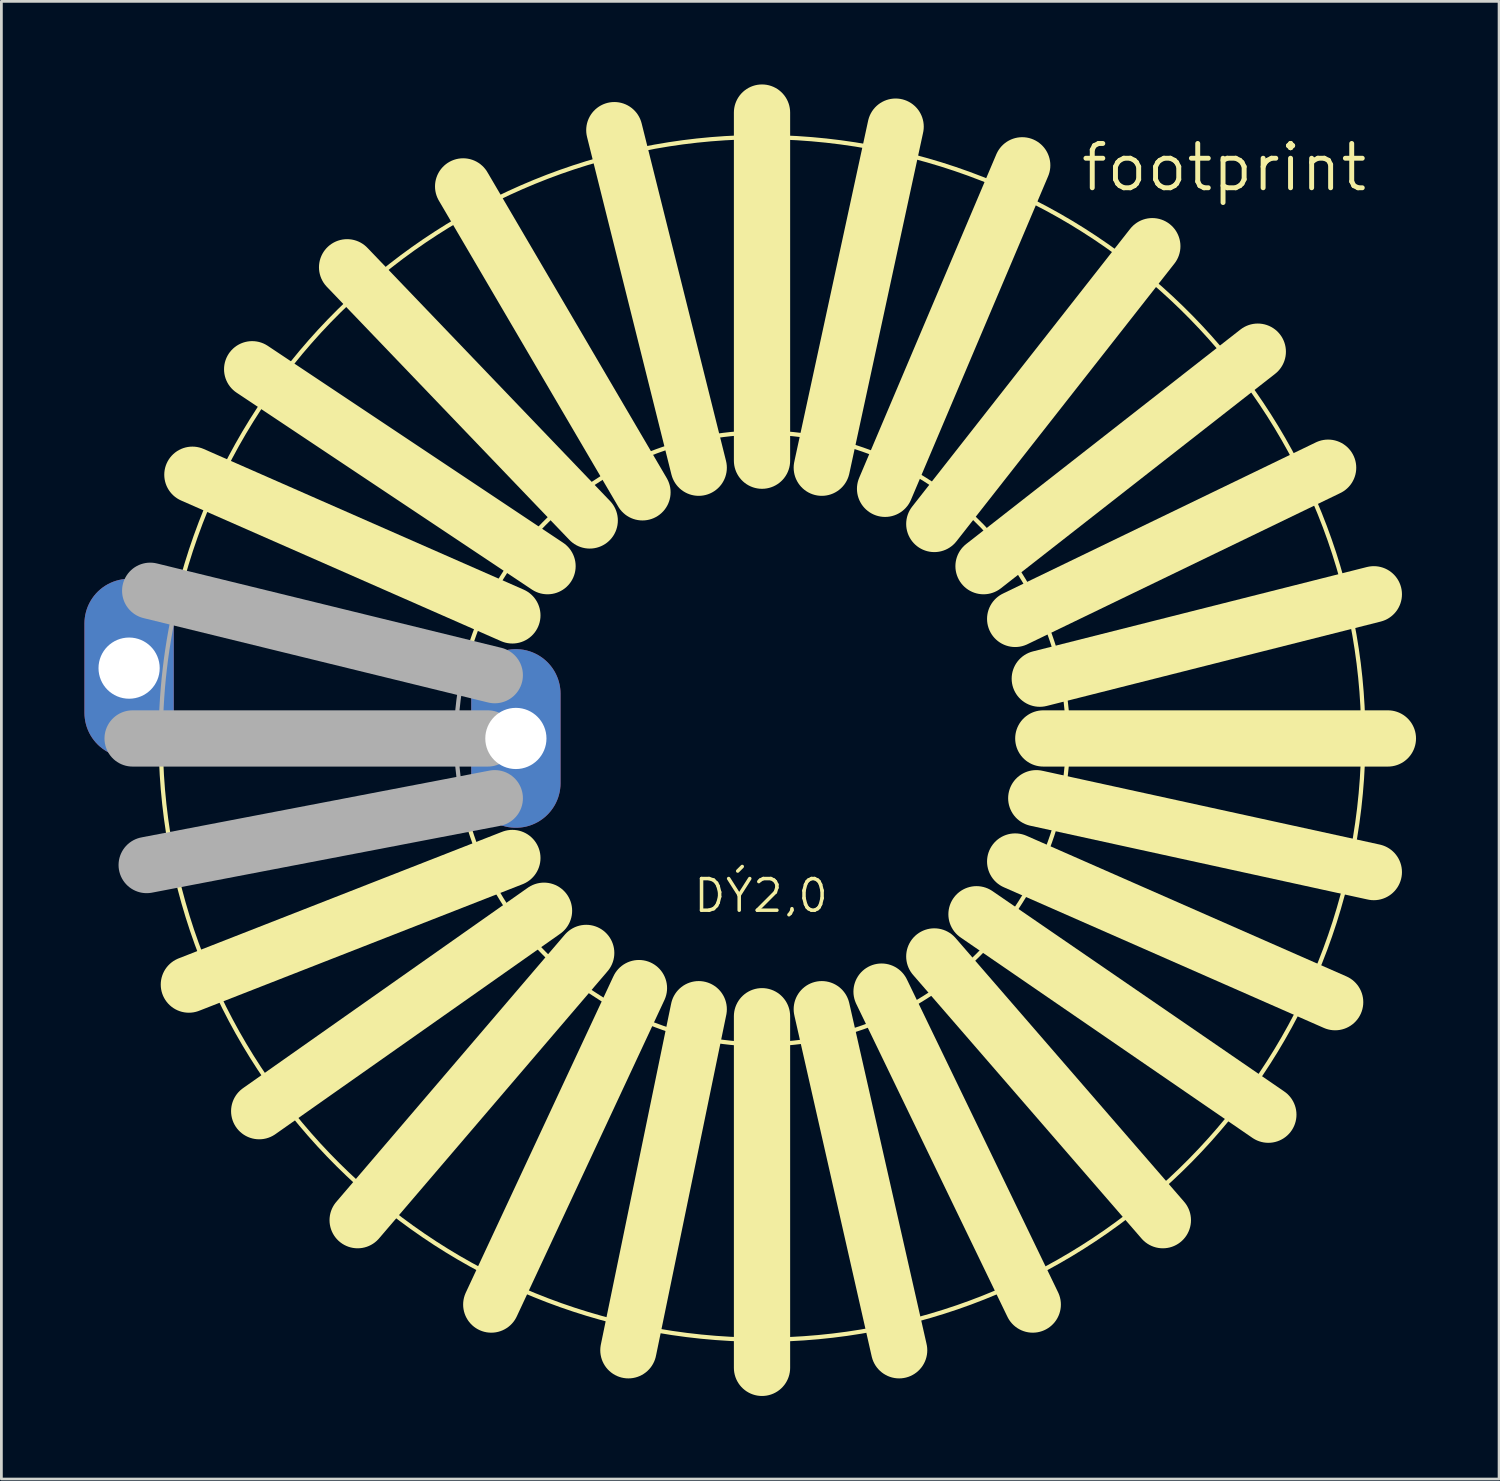
<source format=kicad_pcb>
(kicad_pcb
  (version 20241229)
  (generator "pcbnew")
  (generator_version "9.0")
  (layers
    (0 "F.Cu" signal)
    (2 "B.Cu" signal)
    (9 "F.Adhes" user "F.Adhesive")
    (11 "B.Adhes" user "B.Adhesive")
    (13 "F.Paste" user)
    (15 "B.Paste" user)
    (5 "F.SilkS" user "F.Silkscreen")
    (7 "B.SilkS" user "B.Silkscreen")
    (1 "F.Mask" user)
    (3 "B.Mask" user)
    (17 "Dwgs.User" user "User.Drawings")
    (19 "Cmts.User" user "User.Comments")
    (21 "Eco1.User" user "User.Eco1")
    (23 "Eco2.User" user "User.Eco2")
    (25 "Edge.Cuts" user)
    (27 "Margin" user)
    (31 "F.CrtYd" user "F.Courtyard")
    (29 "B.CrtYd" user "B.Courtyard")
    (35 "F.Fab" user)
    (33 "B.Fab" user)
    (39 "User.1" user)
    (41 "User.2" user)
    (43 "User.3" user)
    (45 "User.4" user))
  (footprint "footprint"
    (layer "F.Cu")
    (at 24.473 23.622)
    (property "Reference" "footprint" (at 11.43 -19.685 0) (layer "F.SilkS") (effects (font (size 1.6 1.6) (thickness 0.178)) (justify left bottom)))
    (fp_line (start -9.017 -4.445) (end -20.574 -9.525) (stroke (width 2.032) (type solid)) (layer "F.SilkS"))
    (fp_line (start -9.017 4.318) (end -20.701 8.89) (stroke (width 2.032) (type solid)) (layer "F.SilkS"))
    (fp_line (start -7.874 6.223) (end -18.161 13.462) (stroke (width 2.032) (type solid)) (layer "F.SilkS"))
    (fp_line (start -7.747 -6.223) (end -18.415 -13.335) (stroke (width 2.032) (type solid)) (layer "F.SilkS"))
    (fp_line (start -6.35 7.747) (end -14.605 17.399) (stroke (width 2.032) (type solid)) (layer "F.SilkS"))
    (fp_line (start -6.223 -7.874) (end -14.986 -17.018) (stroke (width 2.032) (type solid)) (layer "F.SilkS"))
    (fp_line (start -4.445 9.017) (end -9.779 20.447) (stroke (width 2.032) (type solid)) (layer "F.SilkS"))
    (fp_line (start -4.318 -8.89) (end -10.795 -19.939) (stroke (width 2.032) (type solid)) (layer "F.SilkS"))
    (fp_line (start -2.286 -9.779) (end -5.334 -21.971) (stroke (width 2.032) (type solid)) (layer "F.SilkS"))
    (fp_line (start -2.286 9.779) (end -4.826 22.098) (stroke (width 2.032) (type solid)) (layer "F.SilkS"))
    (fp_line (start 0 -10.033) (end 0 -22.606) (stroke (width 2.032) (type solid)) (layer "F.SilkS"))
    (fp_line (start 0 10.033) (end 0 22.733) (stroke (width 2.032) (type solid)) (layer "F.SilkS"))
    (fp_line (start 2.159 -9.779) (end 4.826 -22.098) (stroke (width 2.032) (type solid)) (layer "F.SilkS"))
    (fp_line (start 2.159 9.779) (end 4.953 22.098) (stroke (width 2.032) (type solid)) (layer "F.SilkS"))
    (fp_line (start 4.318 9.144) (end 9.779 20.447) (stroke (width 2.032) (type solid)) (layer "F.SilkS"))
    (fp_line (start 4.445 -9.017) (end 9.398 -20.701) (stroke (width 2.032) (type solid)) (layer "F.SilkS"))
    (fp_line (start 6.223 -7.747) (end 14.097 -17.78) (stroke (width 2.032) (type solid)) (layer "F.SilkS"))
    (fp_line (start 6.223 7.874) (end 14.478 17.399) (stroke (width 2.032) (type solid)) (layer "F.SilkS"))
    (fp_line (start 7.747 6.35) (end 18.288 13.589) (stroke (width 2.032) (type solid)) (layer "F.SilkS"))
    (fp_line (start 8.001 -6.223) (end 17.907 -13.97) (stroke (width 2.032) (type solid)) (layer "F.SilkS"))
    (fp_line (start 9.144 -4.318) (end 20.447 -9.779) (stroke (width 2.032) (type solid)) (layer "F.SilkS"))
    (fp_line (start 9.144 4.445) (end 20.701 9.525) (stroke (width 2.032) (type solid)) (layer "F.SilkS"))
    (fp_line (start 9.906 2.159) (end 22.098 4.826) (stroke (width 2.032) (type solid)) (layer "F.SilkS"))
    (fp_line (start 10.033 -2.159) (end 22.098 -5.207) (stroke (width 2.032) (type solid)) (layer "F.SilkS"))
    (fp_line (start 10.16 0) (end 22.606 0) (stroke (width 2.032) (type solid)) (layer "F.SilkS"))
    (fp_arc (start -21.0708 -5.2582) (mid 21.569955 2.522809) (end -21.7155 0.254) (stroke (width 0.1524) (type solid)) (layer "F.SilkS"))
    (fp_arc (start -10.6957 -2.7716) (mid 11.048971 0) (end -10.6957 2.7716) (stroke (width 0.1524) (type solid)) (layer "F.SilkS"))
    (fp_line (start -9.906 0) (end -22.733 0) (stroke (width 2.032) (type solid)) (layer "F.Fab"))
    (fp_line (start -9.652 -2.286) (end -22.098 -5.334) (stroke (width 2.032) (type solid)) (layer "F.Fab"))
    (fp_line (start -9.652 2.159) (end -22.225 4.572) (stroke (width 2.032) (type solid)) (layer "F.Fab"))
    (fp_arc (start -21.7155 0.254) (mid -21.569955 -2.522779) (end -21.0708 -5.2582) (stroke (width 0.1524) (type solid)) (layer "F.Fab"))
    (fp_arc (start -10.6957 2.7716) (mid -11.048971 0) (end -10.6957 -2.7716) (stroke (width 0.1524) (type solid)) (layer "F.Fab"))
    (fp_text user "DÝ2,0" (at -2.54 6.35 0) (layer "F.SilkS") (effects (font (size 1.143 1.143) (thickness 0.127)) (justify left bottom)))
    (pad "1" thru_hole oval (at -22.86 -2.54 90) (size 6.452 3.226) (drill 2.21) (layers "*.Cu" "*.Mask"))
    (pad "2" thru_hole oval (at -8.89 0 90) (size 6.452 3.226) (drill 2.21) (layers "*.Cu" "*.Mask")))
  (gr_rect
    (start -3 -3)
    (end 51.095 50.371)
    (stroke (width 0.1) (type default))
    (fill no)
    (layer "Edge.Cuts")))
</source>
